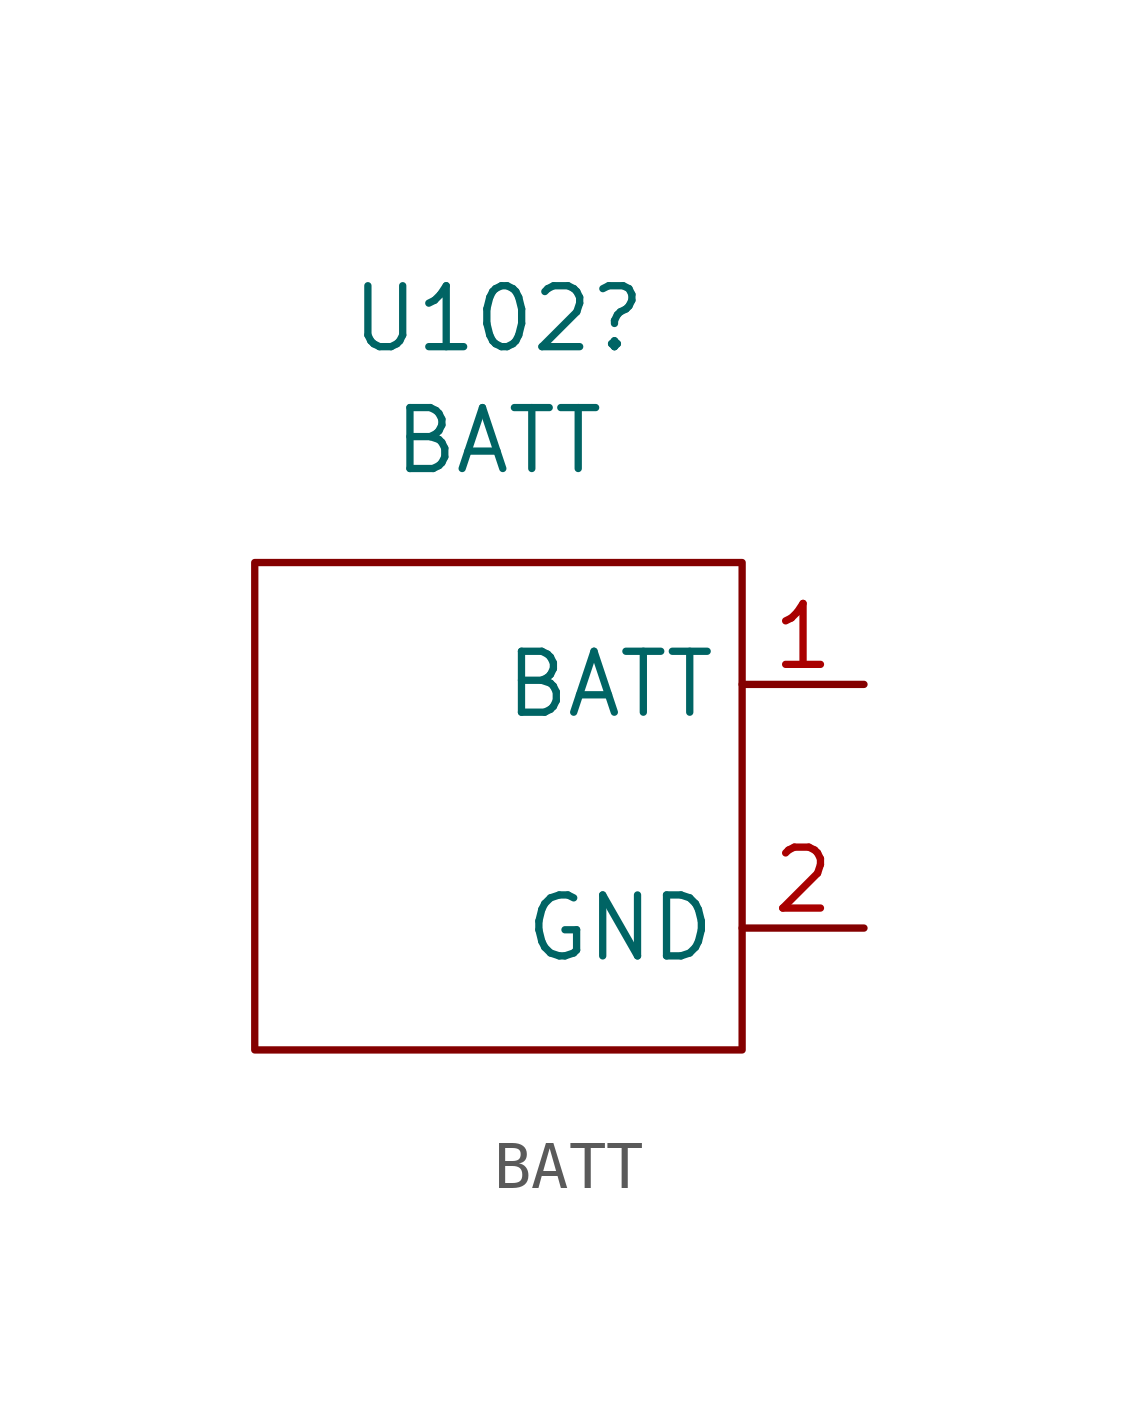
<source format=kicad_sym>
(kicad_symbol_lib
  (version 20241209)
  (generator "kicad_symbol_editor")
  (generator_version "9.0")
  (symbol "BATT"
    (property "Reference" "U102"
      (at 0 10.16 0)
      (effects (font (size 1.27 1.27))))
    (property "Value" "BATT"
      (at 0 7.62 0)
      (effects (font (size 1.27 1.27))))
    (symbol "BATT_0_1"
      (rectangle (start -5.08 5.08) (end 5.08 -5.08) (stroke (width 0) (type default)) (fill (type none))))
    (symbol "BATT_1_1"
      (pin power_out line (at 7.62 2.54 180) (length 2.54) (name "BATT" (effects (font (size 1.27 1.27)))) (number "1" (effects (font (size 1.27 1.27)))))
      (pin power_out line (at 7.62 -2.54 180) (length 2.54) (name "GND" (effects (font (size 1.27 1.27)))) (number "2" (effects (font (size 1.27 1.27))))))))
</source>
